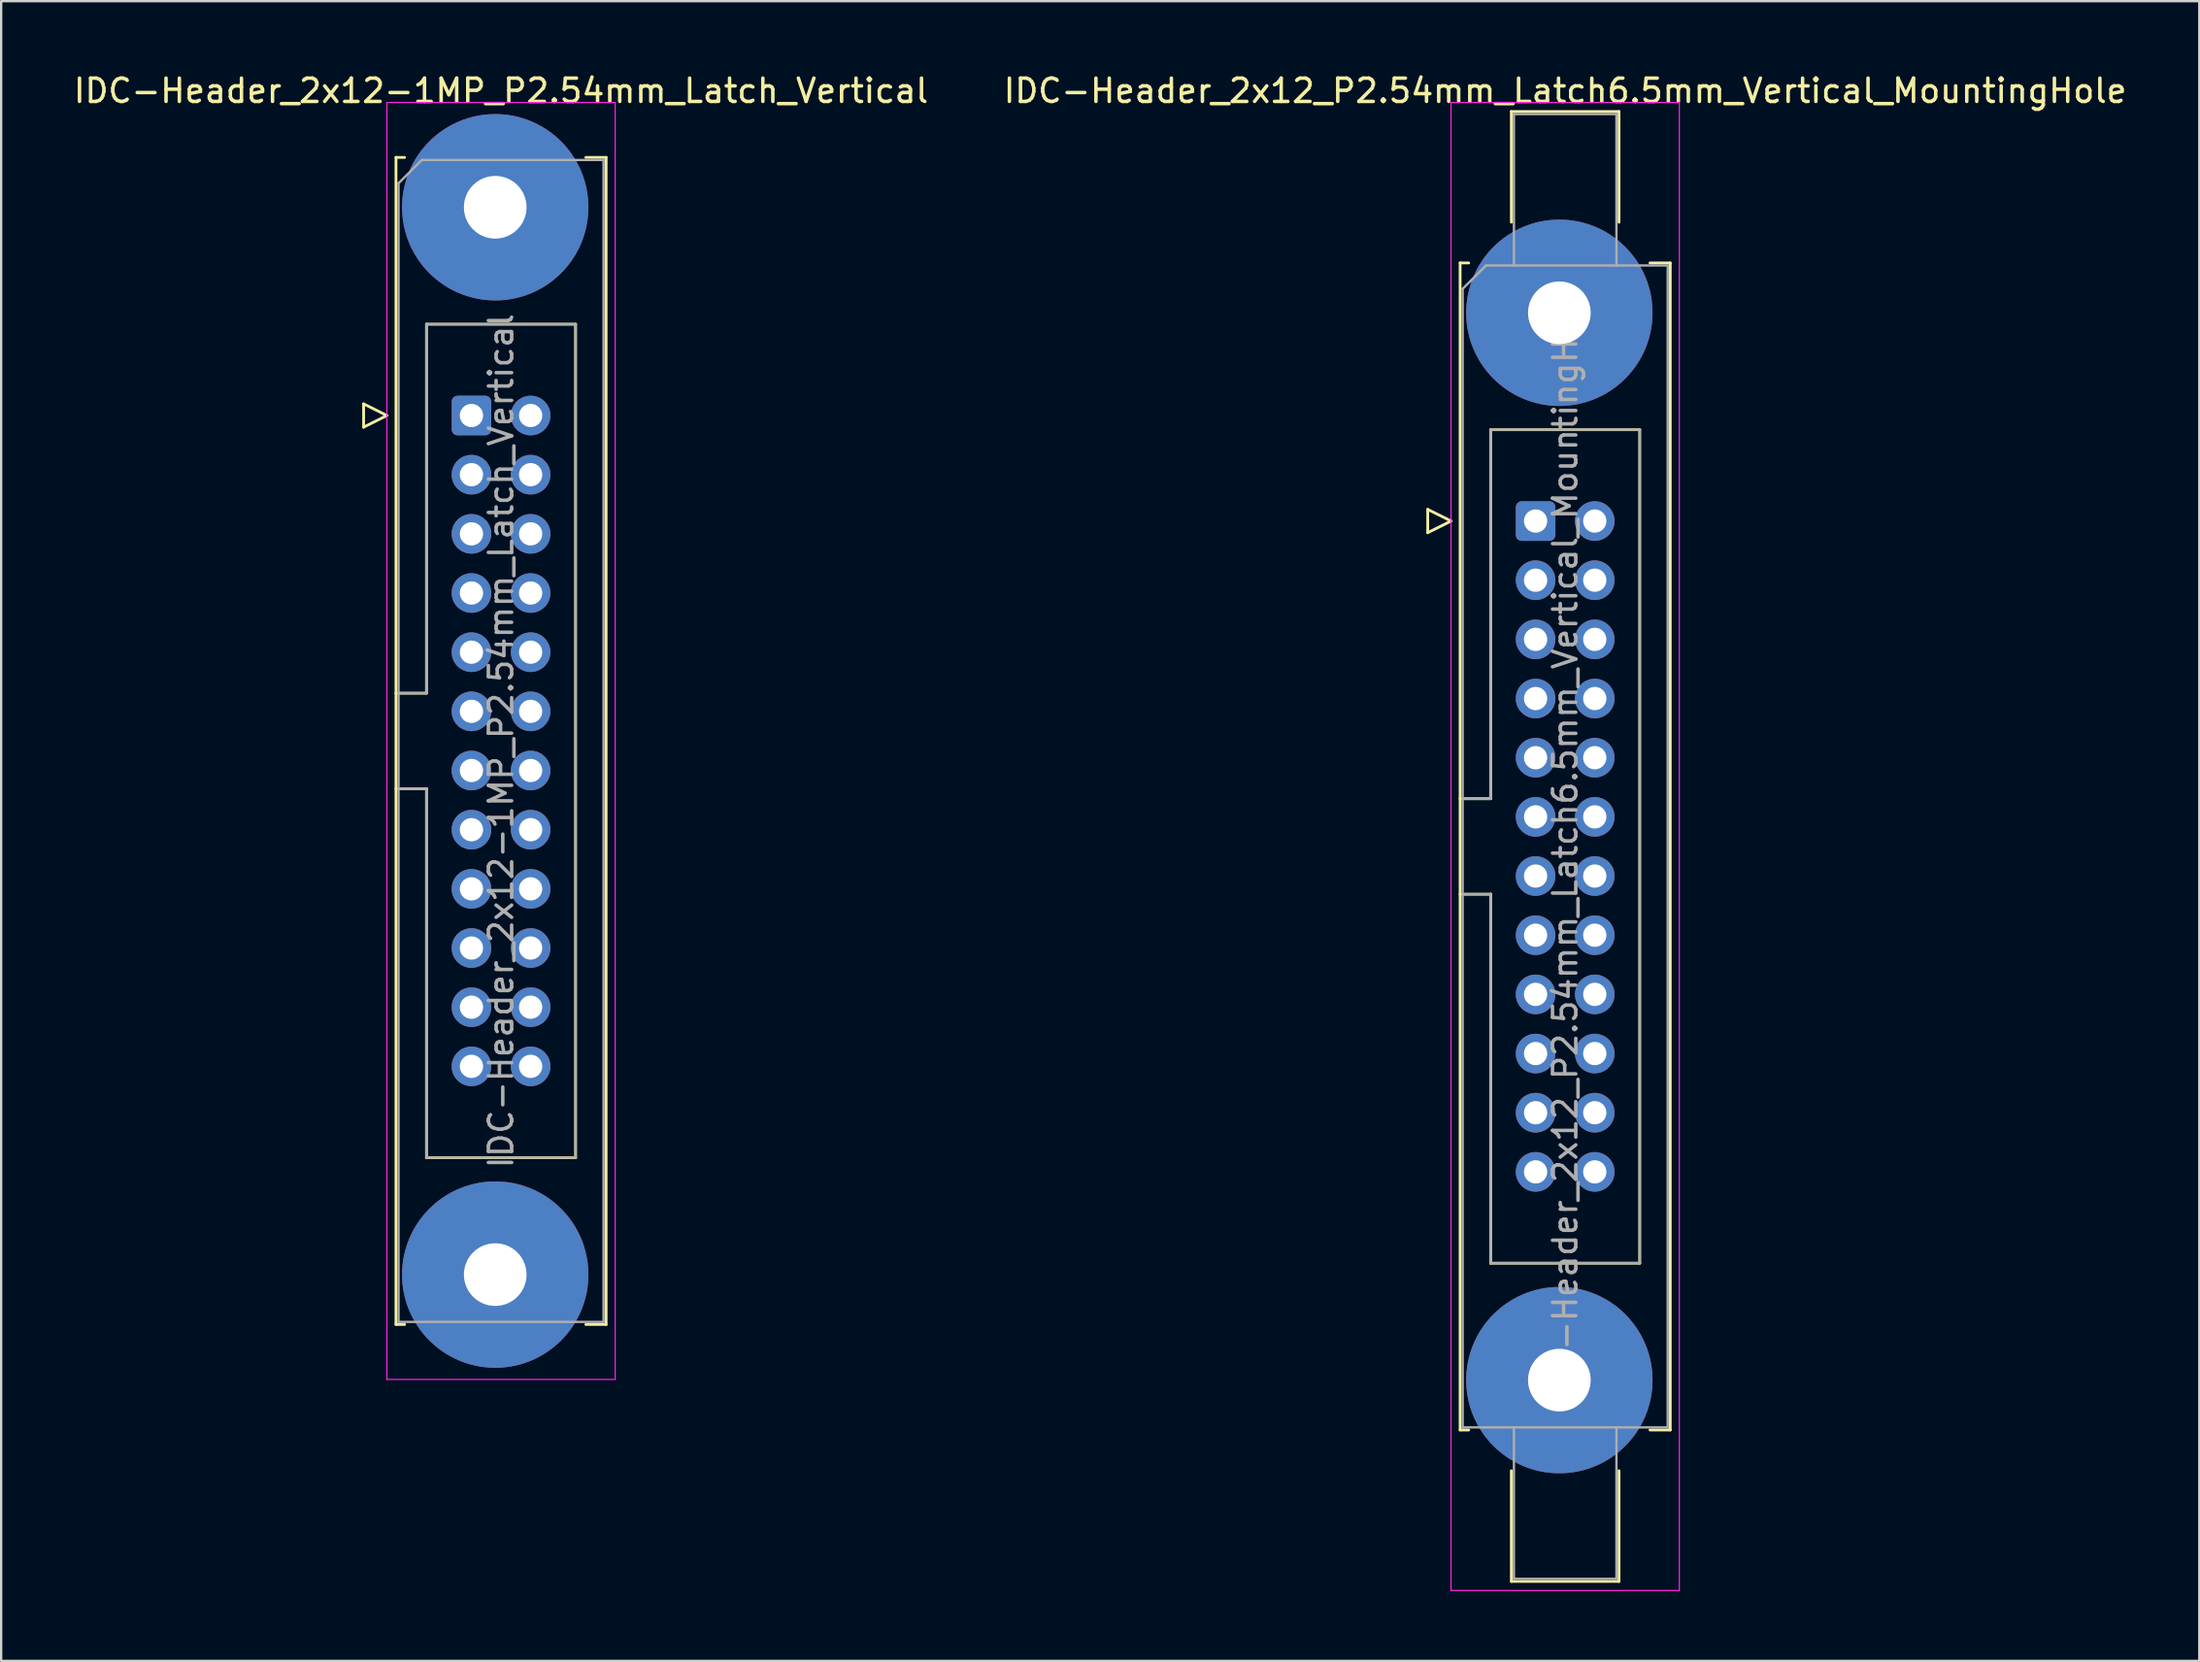
<source format=kicad_pcb>
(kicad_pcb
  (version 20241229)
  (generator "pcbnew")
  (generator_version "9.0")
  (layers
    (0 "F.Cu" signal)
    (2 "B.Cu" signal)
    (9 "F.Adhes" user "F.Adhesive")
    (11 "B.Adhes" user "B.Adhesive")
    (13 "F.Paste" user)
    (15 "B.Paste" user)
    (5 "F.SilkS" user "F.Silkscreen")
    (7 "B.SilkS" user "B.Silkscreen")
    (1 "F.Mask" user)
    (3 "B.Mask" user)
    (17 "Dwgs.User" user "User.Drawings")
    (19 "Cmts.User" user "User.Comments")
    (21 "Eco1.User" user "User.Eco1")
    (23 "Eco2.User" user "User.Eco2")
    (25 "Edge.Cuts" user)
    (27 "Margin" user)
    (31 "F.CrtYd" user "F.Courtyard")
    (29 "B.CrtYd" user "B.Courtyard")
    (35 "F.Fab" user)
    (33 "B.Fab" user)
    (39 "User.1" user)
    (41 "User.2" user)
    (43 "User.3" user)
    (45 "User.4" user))
  (footprint "IDC-Header_2x12_P2.54mm_Latch6.5mm_Vertical_MountingHole"
    (layer "F.Cu")
    (at 62.867 19.318)
    (property "Reference" "IDC-Header_2x12_P2.54mm_Latch6.5mm_Vertical_MountingHole" (at 1.27 -18.47 0) (layer "F.SilkS") (effects (font (size 1 1) (thickness 0.15))))
    (attr through_hole)
    (fp_line (start -4.63 -0.5) (end -4.63 0.5) (stroke (width 0.12) (type solid)) (layer "F.SilkS"))
    (fp_line (start -4.63 0.5) (end -3.63 0) (stroke (width 0.12) (type solid)) (layer "F.SilkS"))
    (fp_line (start -3.63 0) (end -4.63 -0.5) (stroke (width 0.12) (type solid)) (layer "F.SilkS"))
    (fp_line (start -3.24 -11.08) (end -3.24 39.02) (stroke (width 0.12) (type solid)) (layer "F.SilkS"))
    (fp_line (start -3.24 11.92) (end -1.93 11.92) (stroke (width 0.12) (type solid)) (layer "F.SilkS"))
    (fp_line (start -3.24 39.02) (end -2.87 39.02) (stroke (width 0.12) (type solid)) (layer "F.SilkS"))
    (fp_line (start -2.87 -11.08) (end -3.24 -11.08) (stroke (width 0.12) (type solid)) (layer "F.SilkS"))
    (fp_line (start -1.93 -3.92) (end 4.47 -3.92) (stroke (width 0.12) (type solid)) (layer "F.SilkS"))
    (fp_line (start -1.93 11.92) (end -1.93 -3.92) (stroke (width 0.12) (type solid)) (layer "F.SilkS"))
    (fp_line (start -1.93 16.02) (end -3.24 16.02) (stroke (width 0.12) (type solid)) (layer "F.SilkS"))
    (fp_line (start -1.93 16.02) (end -1.93 16.02) (stroke (width 0.12) (type solid)) (layer "F.SilkS"))
    (fp_line (start -1.93 31.86) (end -1.93 16.02) (stroke (width 0.12) (type solid)) (layer "F.SilkS"))
    (fp_line (start -1.04 -17.58) (end 3.58 -17.58) (stroke (width 0.12) (type solid)) (layer "F.SilkS"))
    (fp_line (start -1.04 -12.83) (end -1.04 -17.58) (stroke (width 0.12) (type solid)) (layer "F.SilkS"))
    (fp_line (start -1.04 40.77) (end -1.04 45.52) (stroke (width 0.12) (type solid)) (layer "F.SilkS"))
    (fp_line (start -1.04 45.52) (end 3.58 45.52) (stroke (width 0.12) (type solid)) (layer "F.SilkS"))
    (fp_line (start 3.58 -17.58) (end 3.58 -12.83) (stroke (width 0.12) (type solid)) (layer "F.SilkS"))
    (fp_line (start 3.58 45.52) (end 3.58 40.77) (stroke (width 0.12) (type solid)) (layer "F.SilkS"))
    (fp_line (start 4.47 -3.92) (end 4.47 31.86) (stroke (width 0.12) (type solid)) (layer "F.SilkS"))
    (fp_line (start 4.47 31.86) (end -1.93 31.86) (stroke (width 0.12) (type solid)) (layer "F.SilkS"))
    (fp_line (start 4.91 -11.08) (end 5.78 -11.08) (stroke (width 0.12) (type solid)) (layer "F.SilkS"))
    (fp_line (start 5.78 -11.08) (end 5.78 39.02) (stroke (width 0.12) (type solid)) (layer "F.SilkS"))
    (fp_line (start 5.78 39.02) (end 4.91 39.02) (stroke (width 0.12) (type solid)) (layer "F.SilkS"))
    (fp_line (start -3.63 -17.97) (end -3.63 45.91) (stroke (width 0.05) (type solid)) (layer "F.CrtYd"))
    (fp_line (start -3.63 45.91) (end 6.17 45.91) (stroke (width 0.05) (type solid)) (layer "F.CrtYd"))
    (fp_line (start 6.17 -17.97) (end -3.63 -17.97) (stroke (width 0.05) (type solid)) (layer "F.CrtYd"))
    (fp_line (start 6.17 45.91) (end 6.17 -17.97) (stroke (width 0.05) (type solid)) (layer "F.CrtYd"))
    (fp_line (start -3.13 -9.97) (end -2.13 -10.97) (stroke (width 0.1) (type solid)) (layer "F.Fab"))
    (fp_line (start -3.13 11.92) (end -1.93 11.92) (stroke (width 0.1) (type solid)) (layer "F.Fab"))
    (fp_line (start -3.13 38.91) (end -3.13 -9.97) (stroke (width 0.1) (type solid)) (layer "F.Fab"))
    (fp_line (start -2.13 -10.97) (end 5.67 -10.97) (stroke (width 0.1) (type solid)) (layer "F.Fab"))
    (fp_line (start -1.93 -3.92) (end 4.47 -3.92) (stroke (width 0.1) (type solid)) (layer "F.Fab"))
    (fp_line (start -1.93 11.92) (end -1.93 -3.92) (stroke (width 0.1) (type solid)) (layer "F.Fab"))
    (fp_line (start -1.93 16.02) (end -3.13 16.02) (stroke (width 0.1) (type solid)) (layer "F.Fab"))
    (fp_line (start -1.93 16.02) (end -1.93 16.02) (stroke (width 0.1) (type solid)) (layer "F.Fab"))
    (fp_line (start -1.93 31.86) (end -1.93 16.02) (stroke (width 0.1) (type solid)) (layer "F.Fab"))
    (fp_line (start -0.93 -17.47) (end 3.47 -17.47) (stroke (width 0.1) (type solid)) (layer "F.Fab"))
    (fp_line (start -0.93 -10.97) (end -0.93 -17.47) (stroke (width 0.1) (type solid)) (layer "F.Fab"))
    (fp_line (start -0.93 38.91) (end -0.93 45.41) (stroke (width 0.1) (type solid)) (layer "F.Fab"))
    (fp_line (start -0.93 45.41) (end 3.47 45.41) (stroke (width 0.1) (type solid)) (layer "F.Fab"))
    (fp_line (start 3.47 -17.47) (end 3.47 -10.97) (stroke (width 0.1) (type solid)) (layer "F.Fab"))
    (fp_line (start 3.47 45.41) (end 3.47 38.91) (stroke (width 0.1) (type solid)) (layer "F.Fab"))
    (fp_line (start 4.47 -3.92) (end 4.47 31.86) (stroke (width 0.1) (type solid)) (layer "F.Fab"))
    (fp_line (start 4.47 31.86) (end -1.93 31.86) (stroke (width 0.1) (type solid)) (layer "F.Fab"))
    (fp_line (start 5.67 -10.97) (end 5.67 38.91) (stroke (width 0.1) (type solid)) (layer "F.Fab"))
    (fp_line (start 5.67 38.91) (end -3.13 38.91) (stroke (width 0.1) (type solid)) (layer "F.Fab"))
    (fp_text user "${REFERENCE}" (at 1.27 13.97 90) (layer "F.Fab") (effects (font (size 1 1) (thickness 0.15))))
    (pad "" thru_hole circle (at 1.02 -8.94) (size 8 8) (drill 2.69) (layers "*.Cu" "*.Mask"))
    (pad "" thru_hole circle (at 1.02 36.88) (size 8 8) (drill 2.69) (layers "*.Cu" "*.Mask"))
    (pad "1" thru_hole roundrect (at 0 0) (size 1.7 1.7) (drill 1) (layers "*.Cu" "*.Mask") (roundrect_rratio 0.147))
    (pad "2" thru_hole circle (at 2.54 0) (size 1.7 1.7) (drill 1) (layers "*.Cu" "*.Mask"))
    (pad "3" thru_hole circle (at 0 2.54) (size 1.7 1.7) (drill 1) (layers "*.Cu" "*.Mask"))
    (pad "4" thru_hole circle (at 2.54 2.54) (size 1.7 1.7) (drill 1) (layers "*.Cu" "*.Mask"))
    (pad "5" thru_hole circle (at 0 5.08) (size 1.7 1.7) (drill 1) (layers "*.Cu" "*.Mask"))
    (pad "6" thru_hole circle (at 2.54 5.08) (size 1.7 1.7) (drill 1) (layers "*.Cu" "*.Mask"))
    (pad "7" thru_hole circle (at 0 7.62) (size 1.7 1.7) (drill 1) (layers "*.Cu" "*.Mask"))
    (pad "8" thru_hole circle (at 2.54 7.62) (size 1.7 1.7) (drill 1) (layers "*.Cu" "*.Mask"))
    (pad "9" thru_hole circle (at 0 10.16) (size 1.7 1.7) (drill 1) (layers "*.Cu" "*.Mask"))
    (pad "10" thru_hole circle (at 2.54 10.16) (size 1.7 1.7) (drill 1) (layers "*.Cu" "*.Mask"))
    (pad "11" thru_hole circle (at 0 12.7) (size 1.7 1.7) (drill 1) (layers "*.Cu" "*.Mask"))
    (pad "12" thru_hole circle (at 2.54 12.7) (size 1.7 1.7) (drill 1) (layers "*.Cu" "*.Mask"))
    (pad "13" thru_hole circle (at 0 15.24) (size 1.7 1.7) (drill 1) (layers "*.Cu" "*.Mask"))
    (pad "14" thru_hole circle (at 2.54 15.24) (size 1.7 1.7) (drill 1) (layers "*.Cu" "*.Mask"))
    (pad "15" thru_hole circle (at 0 17.78) (size 1.7 1.7) (drill 1) (layers "*.Cu" "*.Mask"))
    (pad "16" thru_hole circle (at 2.54 17.78) (size 1.7 1.7) (drill 1) (layers "*.Cu" "*.Mask"))
    (pad "17" thru_hole circle (at 0 20.32) (size 1.7 1.7) (drill 1) (layers "*.Cu" "*.Mask"))
    (pad "18" thru_hole circle (at 2.54 20.32) (size 1.7 1.7) (drill 1) (layers "*.Cu" "*.Mask"))
    (pad "19" thru_hole circle (at 0 22.86) (size 1.7 1.7) (drill 1) (layers "*.Cu" "*.Mask"))
    (pad "20" thru_hole circle (at 2.54 22.86) (size 1.7 1.7) (drill 1) (layers "*.Cu" "*.Mask"))
    (pad "21" thru_hole circle (at 0 25.4) (size 1.7 1.7) (drill 1) (layers "*.Cu" "*.Mask"))
    (pad "22" thru_hole circle (at 2.54 25.4) (size 1.7 1.7) (drill 1) (layers "*.Cu" "*.Mask"))
    (pad "23" thru_hole circle (at 0 27.94) (size 1.7 1.7) (drill 1) (layers "*.Cu" "*.Mask"))
    (pad "24" thru_hole circle (at 2.54 27.94) (size 1.7 1.7) (drill 1) (layers "*.Cu" "*.Mask")))
  (footprint "IDC-Header_2x12-1MP_P2.54mm_Latch_Vertical"
    (layer "F.Cu")
    (at 17.188 14.788)
    (property "Reference" "IDC-Header_2x12-1MP_P2.54mm_Latch_Vertical" (at 1.27 -13.94 0) (layer "F.SilkS") (effects (font (size 1 1) (thickness 0.15))))
    (attr through_hole)
    (fp_line (start -4.63 -0.5) (end -4.63 0.5) (stroke (width 0.12) (type solid)) (layer "F.SilkS"))
    (fp_line (start -4.63 0.5) (end -3.63 0) (stroke (width 0.12) (type solid)) (layer "F.SilkS"))
    (fp_line (start -3.63 0) (end -4.63 -0.5) (stroke (width 0.12) (type solid)) (layer "F.SilkS"))
    (fp_line (start -3.24 -11.08) (end -3.24 39.02) (stroke (width 0.12) (type solid)) (layer "F.SilkS"))
    (fp_line (start -3.24 11.92) (end -1.93 11.92) (stroke (width 0.12) (type solid)) (layer "F.SilkS"))
    (fp_line (start -3.24 39.02) (end -2.87 39.02) (stroke (width 0.12) (type solid)) (layer "F.SilkS"))
    (fp_line (start -2.87 -11.08) (end -3.24 -11.08) (stroke (width 0.12) (type solid)) (layer "F.SilkS"))
    (fp_line (start -1.93 -3.92) (end 4.47 -3.92) (stroke (width 0.12) (type solid)) (layer "F.SilkS"))
    (fp_line (start -1.93 11.92) (end -1.93 -3.92) (stroke (width 0.12) (type solid)) (layer "F.SilkS"))
    (fp_line (start -1.93 16.02) (end -3.24 16.02) (stroke (width 0.12) (type solid)) (layer "F.SilkS"))
    (fp_line (start -1.93 16.02) (end -1.93 16.02) (stroke (width 0.12) (type solid)) (layer "F.SilkS"))
    (fp_line (start -1.93 31.86) (end -1.93 16.02) (stroke (width 0.12) (type solid)) (layer "F.SilkS"))
    (fp_line (start 4.47 -3.92) (end 4.47 31.86) (stroke (width 0.12) (type solid)) (layer "F.SilkS"))
    (fp_line (start 4.47 31.86) (end -1.93 31.86) (stroke (width 0.12) (type solid)) (layer "F.SilkS"))
    (fp_line (start 4.91 -11.08) (end 5.78 -11.08) (stroke (width 0.12) (type solid)) (layer "F.SilkS"))
    (fp_line (start 5.78 -11.08) (end 5.78 39.02) (stroke (width 0.12) (type solid)) (layer "F.SilkS"))
    (fp_line (start 5.78 39.02) (end 4.91 39.02) (stroke (width 0.12) (type solid)) (layer "F.SilkS"))
    (fp_line (start -3.63 -13.44) (end -3.63 41.38) (stroke (width 0.05) (type solid)) (layer "F.CrtYd"))
    (fp_line (start -3.63 41.38) (end 6.17 41.38) (stroke (width 0.05) (type solid)) (layer "F.CrtYd"))
    (fp_line (start 6.17 -13.44) (end -3.63 -13.44) (stroke (width 0.05) (type solid)) (layer "F.CrtYd"))
    (fp_line (start 6.17 41.38) (end 6.17 -13.44) (stroke (width 0.05) (type solid)) (layer "F.CrtYd"))
    (fp_line (start -3.13 -9.97) (end -2.13 -10.97) (stroke (width 0.1) (type solid)) (layer "F.Fab"))
    (fp_line (start -3.13 11.92) (end -1.93 11.92) (stroke (width 0.1) (type solid)) (layer "F.Fab"))
    (fp_line (start -3.13 38.91) (end -3.13 -9.97) (stroke (width 0.1) (type solid)) (layer "F.Fab"))
    (fp_line (start -2.13 -10.97) (end 5.67 -10.97) (stroke (width 0.1) (type solid)) (layer "F.Fab"))
    (fp_line (start -1.93 -3.92) (end 4.47 -3.92) (stroke (width 0.1) (type solid)) (layer "F.Fab"))
    (fp_line (start -1.93 11.92) (end -1.93 -3.92) (stroke (width 0.1) (type solid)) (layer "F.Fab"))
    (fp_line (start -1.93 16.02) (end -3.13 16.02) (stroke (width 0.1) (type solid)) (layer "F.Fab"))
    (fp_line (start -1.93 16.02) (end -1.93 16.02) (stroke (width 0.1) (type solid)) (layer "F.Fab"))
    (fp_line (start -1.93 31.86) (end -1.93 16.02) (stroke (width 0.1) (type solid)) (layer "F.Fab"))
    (fp_line (start 4.47 -3.92) (end 4.47 31.86) (stroke (width 0.1) (type solid)) (layer "F.Fab"))
    (fp_line (start 4.47 31.86) (end -1.93 31.86) (stroke (width 0.1) (type solid)) (layer "F.Fab"))
    (fp_line (start 5.67 -10.97) (end 5.67 38.91) (stroke (width 0.1) (type solid)) (layer "F.Fab"))
    (fp_line (start 5.67 38.91) (end -3.13 38.91) (stroke (width 0.1) (type solid)) (layer "F.Fab"))
    (fp_text user "${REFERENCE}" (at 1.27 13.97 90) (layer "F.Fab") (effects (font (size 1 1) (thickness 0.15))))
    (pad "1" thru_hole roundrect (at 0 0) (size 1.7 1.7) (drill 1) (layers "*.Cu" "*.Mask") (roundrect_rratio 0.147))
    (pad "2" thru_hole circle (at 2.54 0) (size 1.7 1.7) (drill 1) (layers "*.Cu" "*.Mask"))
    (pad "3" thru_hole circle (at 0 2.54) (size 1.7 1.7) (drill 1) (layers "*.Cu" "*.Mask"))
    (pad "4" thru_hole circle (at 2.54 2.54) (size 1.7 1.7) (drill 1) (layers "*.Cu" "*.Mask"))
    (pad "5" thru_hole circle (at 0 5.08) (size 1.7 1.7) (drill 1) (layers "*.Cu" "*.Mask"))
    (pad "6" thru_hole circle (at 2.54 5.08) (size 1.7 1.7) (drill 1) (layers "*.Cu" "*.Mask"))
    (pad "7" thru_hole circle (at 0 7.62) (size 1.7 1.7) (drill 1) (layers "*.Cu" "*.Mask"))
    (pad "8" thru_hole circle (at 2.54 7.62) (size 1.7 1.7) (drill 1) (layers "*.Cu" "*.Mask"))
    (pad "9" thru_hole circle (at 0 10.16) (size 1.7 1.7) (drill 1) (layers "*.Cu" "*.Mask"))
    (pad "10" thru_hole circle (at 2.54 10.16) (size 1.7 1.7) (drill 1) (layers "*.Cu" "*.Mask"))
    (pad "11" thru_hole circle (at 0 12.7) (size 1.7 1.7) (drill 1) (layers "*.Cu" "*.Mask"))
    (pad "12" thru_hole circle (at 2.54 12.7) (size 1.7 1.7) (drill 1) (layers "*.Cu" "*.Mask"))
    (pad "13" thru_hole circle (at 0 15.24) (size 1.7 1.7) (drill 1) (layers "*.Cu" "*.Mask"))
    (pad "14" thru_hole circle (at 2.54 15.24) (size 1.7 1.7) (drill 1) (layers "*.Cu" "*.Mask"))
    (pad "15" thru_hole circle (at 0 17.78) (size 1.7 1.7) (drill 1) (layers "*.Cu" "*.Mask"))
    (pad "16" thru_hole circle (at 2.54 17.78) (size 1.7 1.7) (drill 1) (layers "*.Cu" "*.Mask"))
    (pad "17" thru_hole circle (at 0 20.32) (size 1.7 1.7) (drill 1) (layers "*.Cu" "*.Mask"))
    (pad "18" thru_hole circle (at 2.54 20.32) (size 1.7 1.7) (drill 1) (layers "*.Cu" "*.Mask"))
    (pad "19" thru_hole circle (at 0 22.86) (size 1.7 1.7) (drill 1) (layers "*.Cu" "*.Mask"))
    (pad "20" thru_hole circle (at 2.54 22.86) (size 1.7 1.7) (drill 1) (layers "*.Cu" "*.Mask"))
    (pad "21" thru_hole circle (at 0 25.4) (size 1.7 1.7) (drill 1) (layers "*.Cu" "*.Mask"))
    (pad "22" thru_hole circle (at 2.54 25.4) (size 1.7 1.7) (drill 1) (layers "*.Cu" "*.Mask"))
    (pad "23" thru_hole circle (at 0 27.94) (size 1.7 1.7) (drill 1) (layers "*.Cu" "*.Mask"))
    (pad "24" thru_hole circle (at 2.54 27.94) (size 1.7 1.7) (drill 1) (layers "*.Cu" "*.Mask"))
    (pad "MP" thru_hole circle (at 1.02 -8.94) (size 8 8) (drill 2.69) (layers "*.Cu" "*.Mask"))
    (pad "MP" thru_hole circle (at 1.02 36.88) (size 8 8) (drill 2.69) (layers "*.Cu" "*.Mask")))
  (gr_rect
    (start -3 -3)
    (end 91.357 68.253)
    (stroke (width 0.1) (type default))
    (fill no)
    (layer "Edge.Cuts")))
</source>
